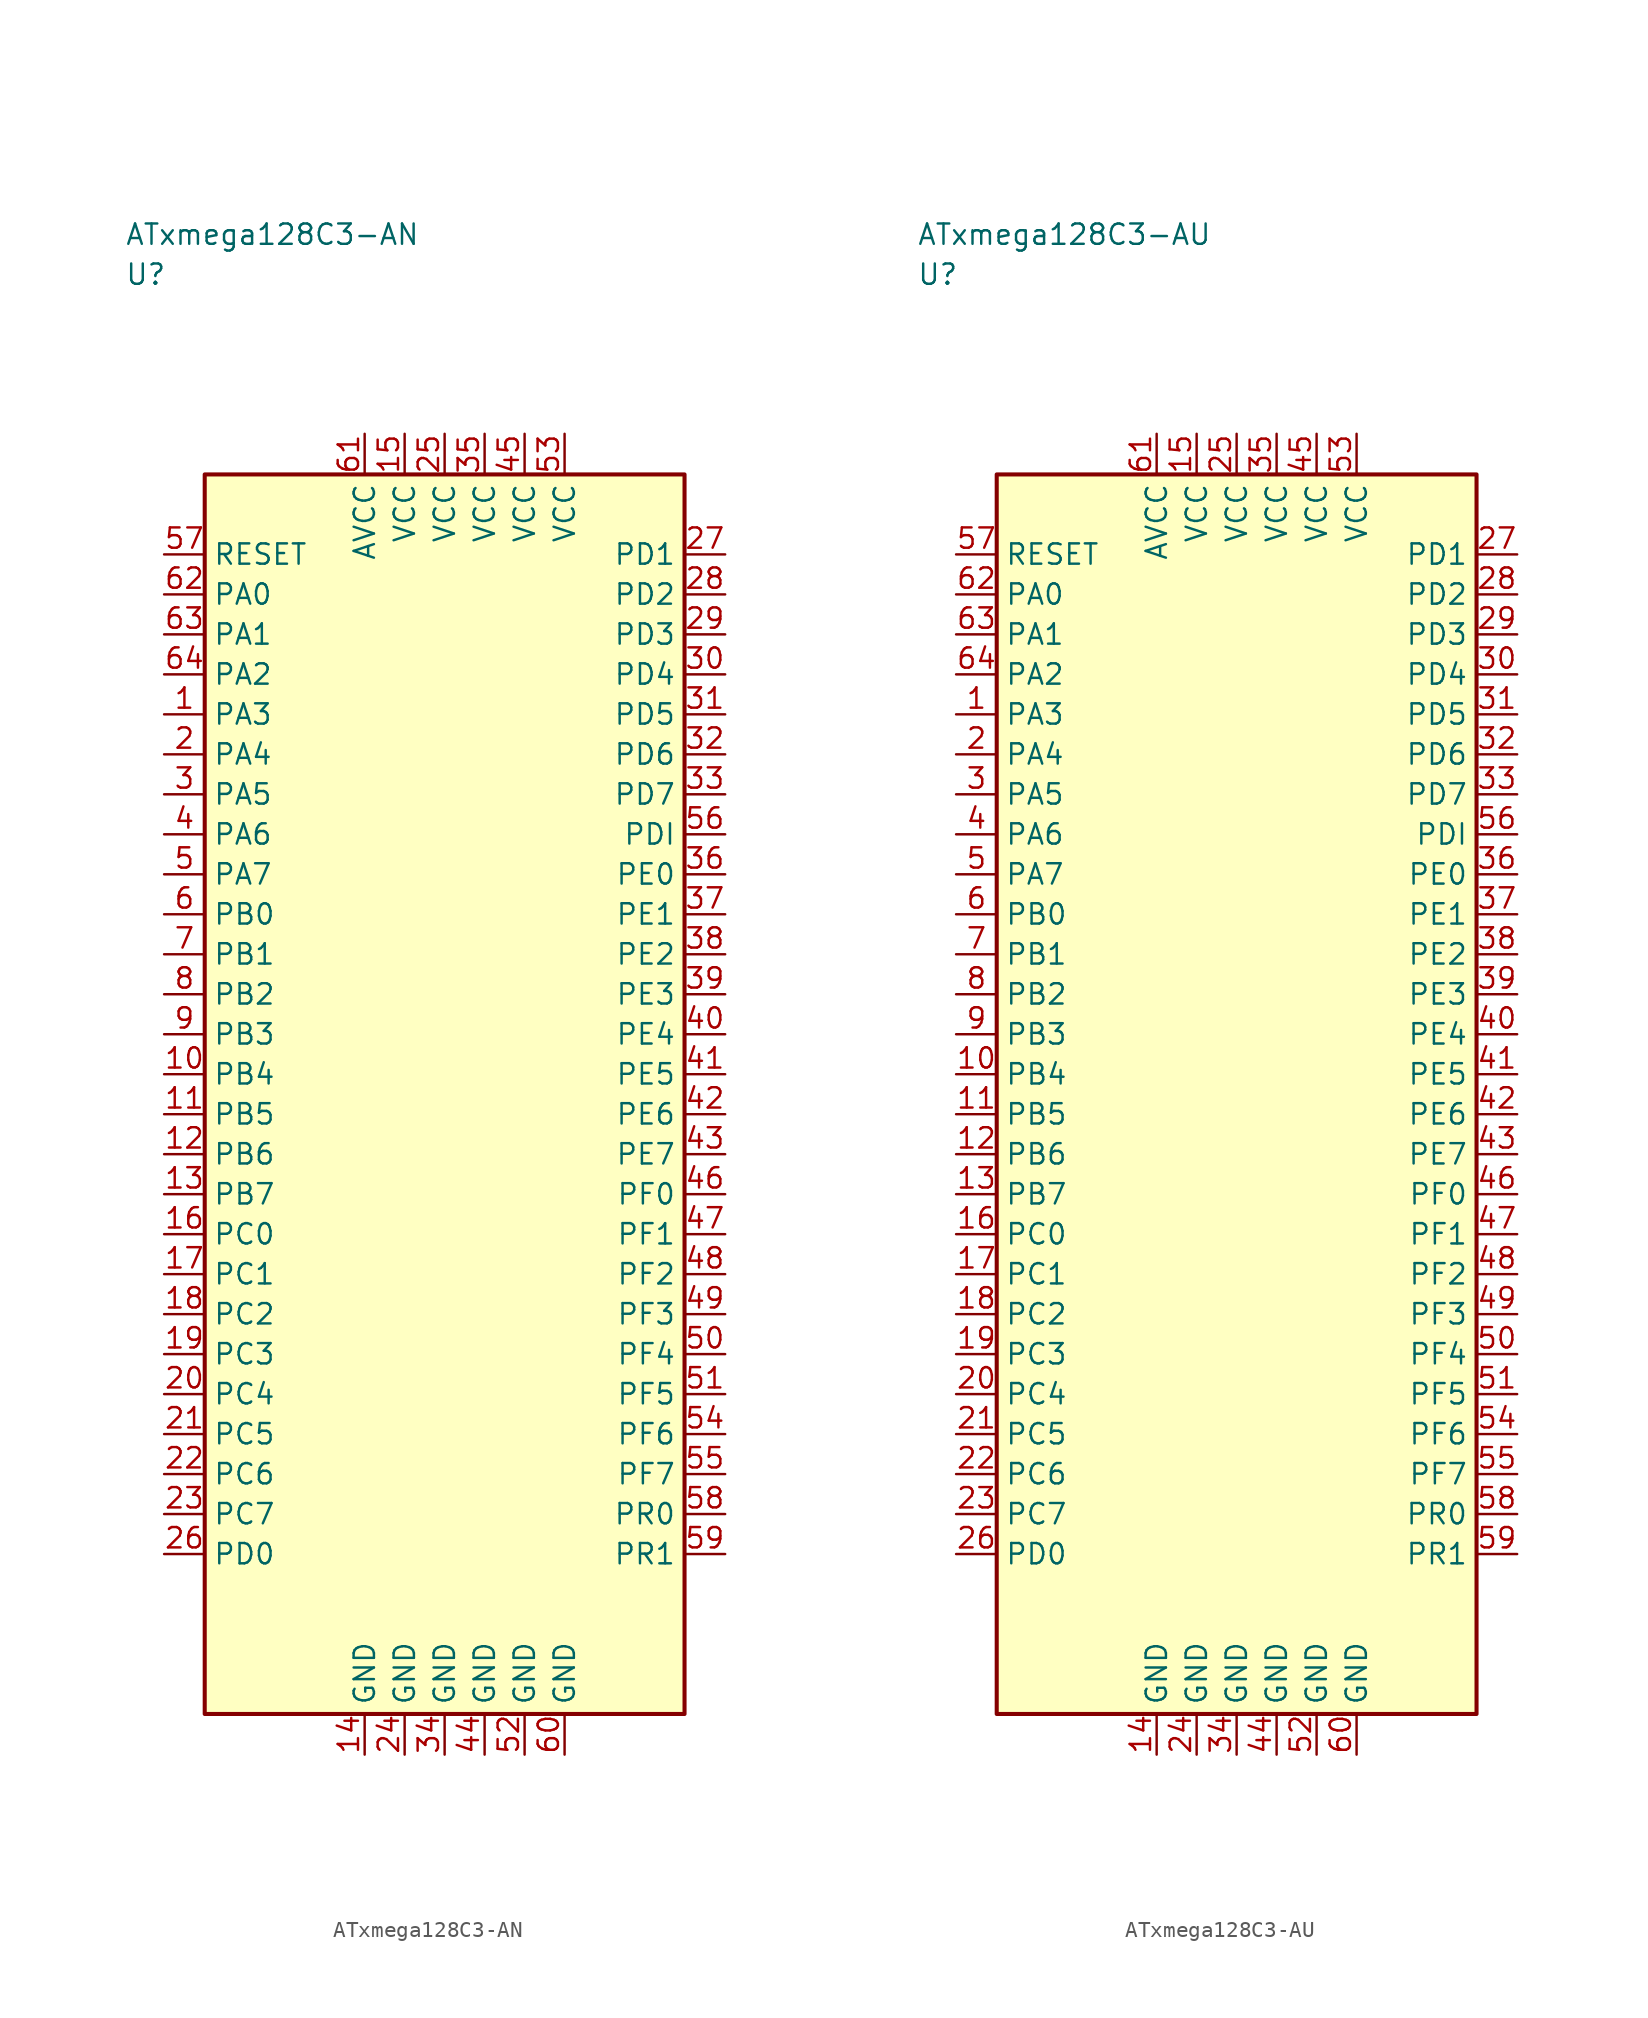
<source format=kicad_sym>
(kicad_symbol_lib
  (version 20241025)
  (generator "kicad_symbol_editor")
  (generator_version "8.0")
  (symbol "ATxmega128C3-AN"
    (property "Reference" "U"
      (at -20.0 51.25 0)
      (effects (font (size 1.27 1.27)) (justify left)))
    (property "Value" "ATxmega128C3-AN"
      (at -20.0 53.75 0)
      (effects (font (size 1.27 1.27)) (justify left)))
    (symbol "ATxmega128C3-AN_0_1"
      (rectangle (start -15.0 38.75) (end 15.0 -38.75) (stroke (width 0.254) (type default)) (fill (type background))))
    (symbol "ATxmega128C3-AN_1_1"
      (pin bidirectional line (at -17.54 23.75 0.0) (length 2.54) (name "PA3" (effects (font (size 1.27 1.27)))) (number "1" (effects (font (size 1.27 1.27)))))
      (pin bidirectional line (at -17.54 21.25 0.0) (length 2.54) (name "PA4" (effects (font (size 1.27 1.27)))) (number "2" (effects (font (size 1.27 1.27)))))
      (pin bidirectional line (at -17.54 18.75 0.0) (length 2.54) (name "PA5" (effects (font (size 1.27 1.27)))) (number "3" (effects (font (size 1.27 1.27)))))
      (pin bidirectional line (at -17.54 16.25 0.0) (length 2.54) (name "PA6" (effects (font (size 1.27 1.27)))) (number "4" (effects (font (size 1.27 1.27)))))
      (pin bidirectional line (at -17.54 13.75 0.0) (length 2.54) (name "PA7" (effects (font (size 1.27 1.27)))) (number "5" (effects (font (size 1.27 1.27)))))
      (pin bidirectional line (at -17.54 11.25 0.0) (length 2.54) (name "PB0" (effects (font (size 1.27 1.27)))) (number "6" (effects (font (size 1.27 1.27)))))
      (pin bidirectional line (at -17.54 8.75 0.0) (length 2.54) (name "PB1" (effects (font (size 1.27 1.27)))) (number "7" (effects (font (size 1.27 1.27)))))
      (pin bidirectional line (at -17.54 6.25 0.0) (length 2.54) (name "PB2" (effects (font (size 1.27 1.27)))) (number "8" (effects (font (size 1.27 1.27)))))
      (pin bidirectional line (at -17.54 3.75 0.0) (length 2.54) (name "PB3" (effects (font (size 1.27 1.27)))) (number "9" (effects (font (size 1.27 1.27)))))
      (pin bidirectional line (at -17.54 1.25 0.0) (length 2.54) (name "PB4" (effects (font (size 1.27 1.27)))) (number "10" (effects (font (size 1.27 1.27)))))
      (pin bidirectional line (at -17.54 -1.25 0.0) (length 2.54) (name "PB5" (effects (font (size 1.27 1.27)))) (number "11" (effects (font (size 1.27 1.27)))))
      (pin bidirectional line (at -17.54 -3.75 0.0) (length 2.54) (name "PB6" (effects (font (size 1.27 1.27)))) (number "12" (effects (font (size 1.27 1.27)))))
      (pin bidirectional line (at -17.54 -6.25 0.0) (length 2.54) (name "PB7" (effects (font (size 1.27 1.27)))) (number "13" (effects (font (size 1.27 1.27)))))
      (pin passive line (at -5.0 -41.29 90.0) (length 2.54) (name "GND" (effects (font (size 1.27 1.27)))) (number "14" (effects (font (size 1.27 1.27)))))
      (pin power_in line (at -2.5 41.29 270.0) (length 2.54) (name "VCC" (effects (font (size 1.27 1.27)))) (number "15" (effects (font (size 1.27 1.27)))))
      (pin bidirectional line (at -17.54 -8.75 0.0) (length 2.54) (name "PC0" (effects (font (size 1.27 1.27)))) (number "16" (effects (font (size 1.27 1.27)))))
      (pin bidirectional line (at -17.54 -11.25 0.0) (length 2.54) (name "PC1" (effects (font (size 1.27 1.27)))) (number "17" (effects (font (size 1.27 1.27)))))
      (pin bidirectional line (at -17.54 -13.75 0.0) (length 2.54) (name "PC2" (effects (font (size 1.27 1.27)))) (number "18" (effects (font (size 1.27 1.27)))))
      (pin bidirectional line (at -17.54 -16.25 0.0) (length 2.54) (name "PC3" (effects (font (size 1.27 1.27)))) (number "19" (effects (font (size 1.27 1.27)))))
      (pin bidirectional line (at -17.54 -18.75 0.0) (length 2.54) (name "PC4" (effects (font (size 1.27 1.27)))) (number "20" (effects (font (size 1.27 1.27)))))
      (pin bidirectional line (at -17.54 -21.25 0.0) (length 2.54) (name "PC5" (effects (font (size 1.27 1.27)))) (number "21" (effects (font (size 1.27 1.27)))))
      (pin bidirectional line (at -17.54 -23.75 0.0) (length 2.54) (name "PC6" (effects (font (size 1.27 1.27)))) (number "22" (effects (font (size 1.27 1.27)))))
      (pin bidirectional line (at -17.54 -26.25 0.0) (length 2.54) (name "PC7" (effects (font (size 1.27 1.27)))) (number "23" (effects (font (size 1.27 1.27)))))
      (pin passive line (at -2.5 -41.29 90.0) (length 2.54) (name "GND" (effects (font (size 1.27 1.27)))) (number "24" (effects (font (size 1.27 1.27)))))
      (pin power_in line (at 0.0 41.29 270.0) (length 2.54) (name "VCC" (effects (font (size 1.27 1.27)))) (number "25" (effects (font (size 1.27 1.27)))))
      (pin bidirectional line (at -17.54 -28.75 0.0) (length 2.54) (name "PD0" (effects (font (size 1.27 1.27)))) (number "26" (effects (font (size 1.27 1.27)))))
      (pin bidirectional line (at 17.54 33.75 180.0) (length 2.54) (name "PD1" (effects (font (size 1.27 1.27)))) (number "27" (effects (font (size 1.27 1.27)))))
      (pin bidirectional line (at 17.54 31.25 180.0) (length 2.54) (name "PD2" (effects (font (size 1.27 1.27)))) (number "28" (effects (font (size 1.27 1.27)))))
      (pin bidirectional line (at 17.54 28.75 180.0) (length 2.54) (name "PD3" (effects (font (size 1.27 1.27)))) (number "29" (effects (font (size 1.27 1.27)))))
      (pin bidirectional line (at 17.54 26.25 180.0) (length 2.54) (name "PD4" (effects (font (size 1.27 1.27)))) (number "30" (effects (font (size 1.27 1.27)))))
      (pin bidirectional line (at 17.54 23.75 180.0) (length 2.54) (name "PD5" (effects (font (size 1.27 1.27)))) (number "31" (effects (font (size 1.27 1.27)))))
      (pin bidirectional line (at 17.54 21.25 180.0) (length 2.54) (name "PD6" (effects (font (size 1.27 1.27)))) (number "32" (effects (font (size 1.27 1.27)))))
      (pin bidirectional line (at 17.54 18.75 180.0) (length 2.54) (name "PD7" (effects (font (size 1.27 1.27)))) (number "33" (effects (font (size 1.27 1.27)))))
      (pin passive line (at 0.0 -41.29 90.0) (length 2.54) (name "GND" (effects (font (size 1.27 1.27)))) (number "34" (effects (font (size 1.27 1.27)))))
      (pin power_in line (at 2.5 41.29 270.0) (length 2.54) (name "VCC" (effects (font (size 1.27 1.27)))) (number "35" (effects (font (size 1.27 1.27)))))
      (pin bidirectional line (at 17.54 13.75 180.0) (length 2.54) (name "PE0" (effects (font (size 1.27 1.27)))) (number "36" (effects (font (size 1.27 1.27)))))
      (pin bidirectional line (at 17.54 11.25 180.0) (length 2.54) (name "PE1" (effects (font (size 1.27 1.27)))) (number "37" (effects (font (size 1.27 1.27)))))
      (pin bidirectional line (at 17.54 8.75 180.0) (length 2.54) (name "PE2" (effects (font (size 1.27 1.27)))) (number "38" (effects (font (size 1.27 1.27)))))
      (pin bidirectional line (at 17.54 6.25 180.0) (length 2.54) (name "PE3" (effects (font (size 1.27 1.27)))) (number "39" (effects (font (size 1.27 1.27)))))
      (pin bidirectional line (at 17.54 3.75 180.0) (length 2.54) (name "PE4" (effects (font (size 1.27 1.27)))) (number "40" (effects (font (size 1.27 1.27)))))
      (pin bidirectional line (at 17.54 1.25 180.0) (length 2.54) (name "PE5" (effects (font (size 1.27 1.27)))) (number "41" (effects (font (size 1.27 1.27)))))
      (pin bidirectional line (at 17.54 -1.25 180.0) (length 2.54) (name "PE6" (effects (font (size 1.27 1.27)))) (number "42" (effects (font (size 1.27 1.27)))))
      (pin bidirectional line (at 17.54 -3.75 180.0) (length 2.54) (name "PE7" (effects (font (size 1.27 1.27)))) (number "43" (effects (font (size 1.27 1.27)))))
      (pin passive line (at 2.5 -41.29 90.0) (length 2.54) (name "GND" (effects (font (size 1.27 1.27)))) (number "44" (effects (font (size 1.27 1.27)))))
      (pin power_in line (at 5.0 41.29 270.0) (length 2.54) (name "VCC" (effects (font (size 1.27 1.27)))) (number "45" (effects (font (size 1.27 1.27)))))
      (pin bidirectional line (at 17.54 -6.25 180.0) (length 2.54) (name "PF0" (effects (font (size 1.27 1.27)))) (number "46" (effects (font (size 1.27 1.27)))))
      (pin bidirectional line (at 17.54 -8.75 180.0) (length 2.54) (name "PF1" (effects (font (size 1.27 1.27)))) (number "47" (effects (font (size 1.27 1.27)))))
      (pin bidirectional line (at 17.54 -11.25 180.0) (length 2.54) (name "PF2" (effects (font (size 1.27 1.27)))) (number "48" (effects (font (size 1.27 1.27)))))
      (pin bidirectional line (at 17.54 -13.75 180.0) (length 2.54) (name "PF3" (effects (font (size 1.27 1.27)))) (number "49" (effects (font (size 1.27 1.27)))))
      (pin bidirectional line (at 17.54 -16.25 180.0) (length 2.54) (name "PF4" (effects (font (size 1.27 1.27)))) (number "50" (effects (font (size 1.27 1.27)))))
      (pin bidirectional line (at 17.54 -18.75 180.0) (length 2.54) (name "PF5" (effects (font (size 1.27 1.27)))) (number "51" (effects (font (size 1.27 1.27)))))
      (pin passive line (at 5.0 -41.29 90.0) (length 2.54) (name "GND" (effects (font (size 1.27 1.27)))) (number "52" (effects (font (size 1.27 1.27)))))
      (pin power_in line (at 7.5 41.29 270.0) (length 2.54) (name "VCC" (effects (font (size 1.27 1.27)))) (number "53" (effects (font (size 1.27 1.27)))))
      (pin bidirectional line (at 17.54 -21.25 180.0) (length 2.54) (name "PF6" (effects (font (size 1.27 1.27)))) (number "54" (effects (font (size 1.27 1.27)))))
      (pin bidirectional line (at 17.54 -23.75 180.0) (length 2.54) (name "PF7" (effects (font (size 1.27 1.27)))) (number "55" (effects (font (size 1.27 1.27)))))
      (pin bidirectional line (at 17.54 16.25 180.0) (length 2.54) (name "PDI" (effects (font (size 1.27 1.27)))) (number "56" (effects (font (size 1.27 1.27)))))
      (pin input line (at -17.54 33.75 0.0) (length 2.54) (name "RESET" (effects (font (size 1.27 1.27)))) (number "57" (effects (font (size 1.27 1.27)))))
      (pin bidirectional line (at 17.54 -26.25 180.0) (length 2.54) (name "PR0" (effects (font (size 1.27 1.27)))) (number "58" (effects (font (size 1.27 1.27)))))
      (pin bidirectional line (at 17.54 -28.75 180.0) (length 2.54) (name "PR1" (effects (font (size 1.27 1.27)))) (number "59" (effects (font (size 1.27 1.27)))))
      (pin passive line (at 7.5 -41.29 90.0) (length 2.54) (name "GND" (effects (font (size 1.27 1.27)))) (number "60" (effects (font (size 1.27 1.27)))))
      (pin power_in line (at -5.0 41.29 270.0) (length 2.54) (name "AVCC" (effects (font (size 1.27 1.27)))) (number "61" (effects (font (size 1.27 1.27)))))
      (pin bidirectional line (at -17.54 31.25 0.0) (length 2.54) (name "PA0" (effects (font (size 1.27 1.27)))) (number "62" (effects (font (size 1.27 1.27)))))
      (pin bidirectional line (at -17.54 28.75 0.0) (length 2.54) (name "PA1" (effects (font (size 1.27 1.27)))) (number "63" (effects (font (size 1.27 1.27)))))
      (pin bidirectional line (at -17.54 26.25 0.0) (length 2.54) (name "PA2" (effects (font (size 1.27 1.27)))) (number "64" (effects (font (size 1.27 1.27)))))))
  (symbol "ATxmega128C3-AU"
    (property "Reference" "U"
      (at -20.0 51.25 0)
      (effects (font (size 1.27 1.27)) (justify left)))
    (property "Value" "ATxmega128C3-AU"
      (at -20.0 53.75 0)
      (effects (font (size 1.27 1.27)) (justify left)))
    (symbol "ATxmega128C3-AU_0_1"
      (rectangle (start -15.0 38.75) (end 15.0 -38.75) (stroke (width 0.254) (type default)) (fill (type background))))
    (symbol "ATxmega128C3-AU_1_1"
      (pin bidirectional line (at -17.54 23.75 0.0) (length 2.54) (name "PA3" (effects (font (size 1.27 1.27)))) (number "1" (effects (font (size 1.27 1.27)))))
      (pin bidirectional line (at -17.54 21.25 0.0) (length 2.54) (name "PA4" (effects (font (size 1.27 1.27)))) (number "2" (effects (font (size 1.27 1.27)))))
      (pin bidirectional line (at -17.54 18.75 0.0) (length 2.54) (name "PA5" (effects (font (size 1.27 1.27)))) (number "3" (effects (font (size 1.27 1.27)))))
      (pin bidirectional line (at -17.54 16.25 0.0) (length 2.54) (name "PA6" (effects (font (size 1.27 1.27)))) (number "4" (effects (font (size 1.27 1.27)))))
      (pin bidirectional line (at -17.54 13.75 0.0) (length 2.54) (name "PA7" (effects (font (size 1.27 1.27)))) (number "5" (effects (font (size 1.27 1.27)))))
      (pin bidirectional line (at -17.54 11.25 0.0) (length 2.54) (name "PB0" (effects (font (size 1.27 1.27)))) (number "6" (effects (font (size 1.27 1.27)))))
      (pin bidirectional line (at -17.54 8.75 0.0) (length 2.54) (name "PB1" (effects (font (size 1.27 1.27)))) (number "7" (effects (font (size 1.27 1.27)))))
      (pin bidirectional line (at -17.54 6.25 0.0) (length 2.54) (name "PB2" (effects (font (size 1.27 1.27)))) (number "8" (effects (font (size 1.27 1.27)))))
      (pin bidirectional line (at -17.54 3.75 0.0) (length 2.54) (name "PB3" (effects (font (size 1.27 1.27)))) (number "9" (effects (font (size 1.27 1.27)))))
      (pin bidirectional line (at -17.54 1.25 0.0) (length 2.54) (name "PB4" (effects (font (size 1.27 1.27)))) (number "10" (effects (font (size 1.27 1.27)))))
      (pin bidirectional line (at -17.54 -1.25 0.0) (length 2.54) (name "PB5" (effects (font (size 1.27 1.27)))) (number "11" (effects (font (size 1.27 1.27)))))
      (pin bidirectional line (at -17.54 -3.75 0.0) (length 2.54) (name "PB6" (effects (font (size 1.27 1.27)))) (number "12" (effects (font (size 1.27 1.27)))))
      (pin bidirectional line (at -17.54 -6.25 0.0) (length 2.54) (name "PB7" (effects (font (size 1.27 1.27)))) (number "13" (effects (font (size 1.27 1.27)))))
      (pin passive line (at -5.0 -41.29 90.0) (length 2.54) (name "GND" (effects (font (size 1.27 1.27)))) (number "14" (effects (font (size 1.27 1.27)))))
      (pin power_in line (at -2.5 41.29 270.0) (length 2.54) (name "VCC" (effects (font (size 1.27 1.27)))) (number "15" (effects (font (size 1.27 1.27)))))
      (pin bidirectional line (at -17.54 -8.75 0.0) (length 2.54) (name "PC0" (effects (font (size 1.27 1.27)))) (number "16" (effects (font (size 1.27 1.27)))))
      (pin bidirectional line (at -17.54 -11.25 0.0) (length 2.54) (name "PC1" (effects (font (size 1.27 1.27)))) (number "17" (effects (font (size 1.27 1.27)))))
      (pin bidirectional line (at -17.54 -13.75 0.0) (length 2.54) (name "PC2" (effects (font (size 1.27 1.27)))) (number "18" (effects (font (size 1.27 1.27)))))
      (pin bidirectional line (at -17.54 -16.25 0.0) (length 2.54) (name "PC3" (effects (font (size 1.27 1.27)))) (number "19" (effects (font (size 1.27 1.27)))))
      (pin bidirectional line (at -17.54 -18.75 0.0) (length 2.54) (name "PC4" (effects (font (size 1.27 1.27)))) (number "20" (effects (font (size 1.27 1.27)))))
      (pin bidirectional line (at -17.54 -21.25 0.0) (length 2.54) (name "PC5" (effects (font (size 1.27 1.27)))) (number "21" (effects (font (size 1.27 1.27)))))
      (pin bidirectional line (at -17.54 -23.75 0.0) (length 2.54) (name "PC6" (effects (font (size 1.27 1.27)))) (number "22" (effects (font (size 1.27 1.27)))))
      (pin bidirectional line (at -17.54 -26.25 0.0) (length 2.54) (name "PC7" (effects (font (size 1.27 1.27)))) (number "23" (effects (font (size 1.27 1.27)))))
      (pin passive line (at -2.5 -41.29 90.0) (length 2.54) (name "GND" (effects (font (size 1.27 1.27)))) (number "24" (effects (font (size 1.27 1.27)))))
      (pin power_in line (at 0.0 41.29 270.0) (length 2.54) (name "VCC" (effects (font (size 1.27 1.27)))) (number "25" (effects (font (size 1.27 1.27)))))
      (pin bidirectional line (at -17.54 -28.75 0.0) (length 2.54) (name "PD0" (effects (font (size 1.27 1.27)))) (number "26" (effects (font (size 1.27 1.27)))))
      (pin bidirectional line (at 17.54 33.75 180.0) (length 2.54) (name "PD1" (effects (font (size 1.27 1.27)))) (number "27" (effects (font (size 1.27 1.27)))))
      (pin bidirectional line (at 17.54 31.25 180.0) (length 2.54) (name "PD2" (effects (font (size 1.27 1.27)))) (number "28" (effects (font (size 1.27 1.27)))))
      (pin bidirectional line (at 17.54 28.75 180.0) (length 2.54) (name "PD3" (effects (font (size 1.27 1.27)))) (number "29" (effects (font (size 1.27 1.27)))))
      (pin bidirectional line (at 17.54 26.25 180.0) (length 2.54) (name "PD4" (effects (font (size 1.27 1.27)))) (number "30" (effects (font (size 1.27 1.27)))))
      (pin bidirectional line (at 17.54 23.75 180.0) (length 2.54) (name "PD5" (effects (font (size 1.27 1.27)))) (number "31" (effects (font (size 1.27 1.27)))))
      (pin bidirectional line (at 17.54 21.25 180.0) (length 2.54) (name "PD6" (effects (font (size 1.27 1.27)))) (number "32" (effects (font (size 1.27 1.27)))))
      (pin bidirectional line (at 17.54 18.75 180.0) (length 2.54) (name "PD7" (effects (font (size 1.27 1.27)))) (number "33" (effects (font (size 1.27 1.27)))))
      (pin passive line (at 0.0 -41.29 90.0) (length 2.54) (name "GND" (effects (font (size 1.27 1.27)))) (number "34" (effects (font (size 1.27 1.27)))))
      (pin power_in line (at 2.5 41.29 270.0) (length 2.54) (name "VCC" (effects (font (size 1.27 1.27)))) (number "35" (effects (font (size 1.27 1.27)))))
      (pin bidirectional line (at 17.54 13.75 180.0) (length 2.54) (name "PE0" (effects (font (size 1.27 1.27)))) (number "36" (effects (font (size 1.27 1.27)))))
      (pin bidirectional line (at 17.54 11.25 180.0) (length 2.54) (name "PE1" (effects (font (size 1.27 1.27)))) (number "37" (effects (font (size 1.27 1.27)))))
      (pin bidirectional line (at 17.54 8.75 180.0) (length 2.54) (name "PE2" (effects (font (size 1.27 1.27)))) (number "38" (effects (font (size 1.27 1.27)))))
      (pin bidirectional line (at 17.54 6.25 180.0) (length 2.54) (name "PE3" (effects (font (size 1.27 1.27)))) (number "39" (effects (font (size 1.27 1.27)))))
      (pin bidirectional line (at 17.54 3.75 180.0) (length 2.54) (name "PE4" (effects (font (size 1.27 1.27)))) (number "40" (effects (font (size 1.27 1.27)))))
      (pin bidirectional line (at 17.54 1.25 180.0) (length 2.54) (name "PE5" (effects (font (size 1.27 1.27)))) (number "41" (effects (font (size 1.27 1.27)))))
      (pin bidirectional line (at 17.54 -1.25 180.0) (length 2.54) (name "PE6" (effects (font (size 1.27 1.27)))) (number "42" (effects (font (size 1.27 1.27)))))
      (pin bidirectional line (at 17.54 -3.75 180.0) (length 2.54) (name "PE7" (effects (font (size 1.27 1.27)))) (number "43" (effects (font (size 1.27 1.27)))))
      (pin passive line (at 2.5 -41.29 90.0) (length 2.54) (name "GND" (effects (font (size 1.27 1.27)))) (number "44" (effects (font (size 1.27 1.27)))))
      (pin power_in line (at 5.0 41.29 270.0) (length 2.54) (name "VCC" (effects (font (size 1.27 1.27)))) (number "45" (effects (font (size 1.27 1.27)))))
      (pin bidirectional line (at 17.54 -6.25 180.0) (length 2.54) (name "PF0" (effects (font (size 1.27 1.27)))) (number "46" (effects (font (size 1.27 1.27)))))
      (pin bidirectional line (at 17.54 -8.75 180.0) (length 2.54) (name "PF1" (effects (font (size 1.27 1.27)))) (number "47" (effects (font (size 1.27 1.27)))))
      (pin bidirectional line (at 17.54 -11.25 180.0) (length 2.54) (name "PF2" (effects (font (size 1.27 1.27)))) (number "48" (effects (font (size 1.27 1.27)))))
      (pin bidirectional line (at 17.54 -13.75 180.0) (length 2.54) (name "PF3" (effects (font (size 1.27 1.27)))) (number "49" (effects (font (size 1.27 1.27)))))
      (pin bidirectional line (at 17.54 -16.25 180.0) (length 2.54) (name "PF4" (effects (font (size 1.27 1.27)))) (number "50" (effects (font (size 1.27 1.27)))))
      (pin bidirectional line (at 17.54 -18.75 180.0) (length 2.54) (name "PF5" (effects (font (size 1.27 1.27)))) (number "51" (effects (font (size 1.27 1.27)))))
      (pin passive line (at 5.0 -41.29 90.0) (length 2.54) (name "GND" (effects (font (size 1.27 1.27)))) (number "52" (effects (font (size 1.27 1.27)))))
      (pin power_in line (at 7.5 41.29 270.0) (length 2.54) (name "VCC" (effects (font (size 1.27 1.27)))) (number "53" (effects (font (size 1.27 1.27)))))
      (pin bidirectional line (at 17.54 -21.25 180.0) (length 2.54) (name "PF6" (effects (font (size 1.27 1.27)))) (number "54" (effects (font (size 1.27 1.27)))))
      (pin bidirectional line (at 17.54 -23.75 180.0) (length 2.54) (name "PF7" (effects (font (size 1.27 1.27)))) (number "55" (effects (font (size 1.27 1.27)))))
      (pin bidirectional line (at 17.54 16.25 180.0) (length 2.54) (name "PDI" (effects (font (size 1.27 1.27)))) (number "56" (effects (font (size 1.27 1.27)))))
      (pin input line (at -17.54 33.75 0.0) (length 2.54) (name "RESET" (effects (font (size 1.27 1.27)))) (number "57" (effects (font (size 1.27 1.27)))))
      (pin bidirectional line (at 17.54 -26.25 180.0) (length 2.54) (name "PR0" (effects (font (size 1.27 1.27)))) (number "58" (effects (font (size 1.27 1.27)))))
      (pin bidirectional line (at 17.54 -28.75 180.0) (length 2.54) (name "PR1" (effects (font (size 1.27 1.27)))) (number "59" (effects (font (size 1.27 1.27)))))
      (pin passive line (at 7.5 -41.29 90.0) (length 2.54) (name "GND" (effects (font (size 1.27 1.27)))) (number "60" (effects (font (size 1.27 1.27)))))
      (pin power_in line (at -5.0 41.29 270.0) (length 2.54) (name "AVCC" (effects (font (size 1.27 1.27)))) (number "61" (effects (font (size 1.27 1.27)))))
      (pin bidirectional line (at -17.54 31.25 0.0) (length 2.54) (name "PA0" (effects (font (size 1.27 1.27)))) (number "62" (effects (font (size 1.27 1.27)))))
      (pin bidirectional line (at -17.54 28.75 0.0) (length 2.54) (name "PA1" (effects (font (size 1.27 1.27)))) (number "63" (effects (font (size 1.27 1.27)))))
      (pin bidirectional line (at -17.54 26.25 0.0) (length 2.54) (name "PA2" (effects (font (size 1.27 1.27)))) (number "64" (effects (font (size 1.27 1.27))))))))
</source>
